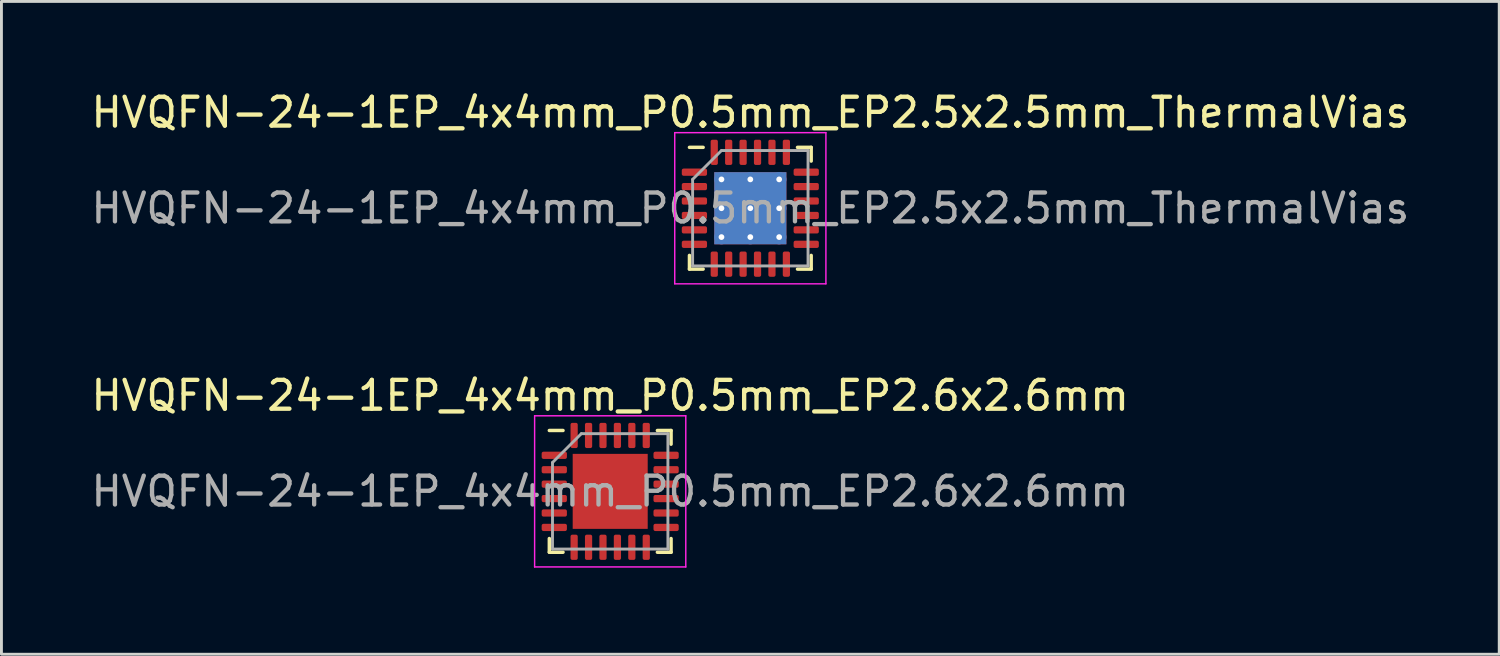
<source format=kicad_pcb>
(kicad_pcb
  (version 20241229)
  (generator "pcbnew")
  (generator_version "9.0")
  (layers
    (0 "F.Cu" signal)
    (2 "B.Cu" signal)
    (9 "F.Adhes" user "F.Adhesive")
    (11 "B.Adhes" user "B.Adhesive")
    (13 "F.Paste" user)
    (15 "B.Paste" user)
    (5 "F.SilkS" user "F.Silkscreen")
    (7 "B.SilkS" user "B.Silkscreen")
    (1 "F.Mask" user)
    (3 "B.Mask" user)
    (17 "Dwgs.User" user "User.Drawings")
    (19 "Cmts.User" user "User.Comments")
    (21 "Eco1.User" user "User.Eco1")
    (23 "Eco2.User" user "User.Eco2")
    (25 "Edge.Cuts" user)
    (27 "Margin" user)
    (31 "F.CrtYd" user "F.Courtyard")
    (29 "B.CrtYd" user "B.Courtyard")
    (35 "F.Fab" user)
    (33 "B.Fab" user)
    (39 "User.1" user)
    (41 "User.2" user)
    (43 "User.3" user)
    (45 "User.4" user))
  (footprint "HVQFN-24-1EP_4x4mm_P0.5mm_EP2.5x2.5mm_ThermalVias"
    (layer "F.Cu")
    (at 22.958 4.168)
    (property "Reference" "HVQFN-24-1EP_4x4mm_P0.5mm_EP2.5x2.5mm_ThermalVias" (at 0 -3.32 0) (layer "F.SilkS") (effects (font (size 1 1) (thickness 0.15))))
    (attr smd)
    (fp_line (start -2.11 2.11) (end -2.11 1.635) (stroke (width 0.12) (type solid)) (layer "F.SilkS"))
    (fp_line (start -1.635 -2.11) (end -2.11 -2.11) (stroke (width 0.12) (type solid)) (layer "F.SilkS"))
    (fp_line (start -1.635 2.11) (end -2.11 2.11) (stroke (width 0.12) (type solid)) (layer "F.SilkS"))
    (fp_line (start 1.635 -2.11) (end 2.11 -2.11) (stroke (width 0.12) (type solid)) (layer "F.SilkS"))
    (fp_line (start 1.635 2.11) (end 2.11 2.11) (stroke (width 0.12) (type solid)) (layer "F.SilkS"))
    (fp_line (start 2.11 -2.11) (end 2.11 -1.635) (stroke (width 0.12) (type solid)) (layer "F.SilkS"))
    (fp_line (start 2.11 2.11) (end 2.11 1.635) (stroke (width 0.12) (type solid)) (layer "F.SilkS"))
    (fp_line (start -2.62 -2.62) (end -2.62 2.62) (stroke (width 0.05) (type solid)) (layer "F.CrtYd"))
    (fp_line (start -2.62 2.62) (end 2.62 2.62) (stroke (width 0.05) (type solid)) (layer "F.CrtYd"))
    (fp_line (start 2.62 -2.62) (end -2.62 -2.62) (stroke (width 0.05) (type solid)) (layer "F.CrtYd"))
    (fp_line (start 2.62 2.62) (end 2.62 -2.62) (stroke (width 0.05) (type solid)) (layer "F.CrtYd"))
    (fp_line (start -2 -1) (end -1 -2) (stroke (width 0.1) (type solid)) (layer "F.Fab"))
    (fp_line (start -2 2) (end -2 -1) (stroke (width 0.1) (type solid)) (layer "F.Fab"))
    (fp_line (start -1 -2) (end 2 -2) (stroke (width 0.1) (type solid)) (layer "F.Fab"))
    (fp_line (start 2 -2) (end 2 2) (stroke (width 0.1) (type solid)) (layer "F.Fab"))
    (fp_line (start 2 2) (end -2 2) (stroke (width 0.1) (type solid)) (layer "F.Fab"))
    (fp_text user "${REFERENCE}" (at 0 0 0) (layer "F.Fab") (effects (font (size 1 1) (thickness 0.15))))
    (pad "" smd custom (at -0.5 -0.5) (size 0.779 0.779) (layers "F.Paste") (options (anchor circle)) (primitives (gr_poly (pts (xy -0.315 -0.192) (xy -0.192 -0.315) (xy 0.192 -0.315) (xy 0.315 -0.192) (xy 0.315 0.192) (xy 0.192 0.315) (xy -0.192 0.315) (xy -0.315 0.192)) (width 0.297) (fill yes))))
    (pad "" smd custom (at -0.5 0.5) (size 0.779 0.779) (layers "F.Paste") (options (anchor circle)) (primitives (gr_poly (pts (xy -0.315 -0.192) (xy -0.192 -0.315) (xy 0.192 -0.315) (xy 0.315 -0.192) (xy 0.315 0.192) (xy 0.192 0.315) (xy -0.192 0.315) (xy -0.315 0.192)) (width 0.297) (fill yes))))
    (pad "" smd custom (at 0.5 -0.5) (size 0.779 0.779) (layers "F.Paste") (options (anchor circle)) (primitives (gr_poly (pts (xy -0.315 -0.192) (xy -0.192 -0.315) (xy 0.192 -0.315) (xy 0.315 -0.192) (xy 0.315 0.192) (xy 0.192 0.315) (xy -0.192 0.315) (xy -0.315 0.192)) (width 0.297) (fill yes))))
    (pad "" smd custom (at 0.5 0.5) (size 0.779 0.779) (layers "F.Paste") (options (anchor circle)) (primitives (gr_poly (pts (xy -0.315 -0.192) (xy -0.192 -0.315) (xy 0.192 -0.315) (xy 0.315 -0.192) (xy 0.315 0.192) (xy 0.192 0.315) (xy -0.192 0.315) (xy -0.315 0.192)) (width 0.297) (fill yes))))
    (pad "1" smd roundrect (at -1.938 -1.25) (size 0.875 0.25) (layers "F.Cu" "F.Mask" "F.Paste") (roundrect_rratio 0.25))
    (pad "2" smd roundrect (at -1.938 -0.75) (size 0.875 0.25) (layers "F.Cu" "F.Mask" "F.Paste") (roundrect_rratio 0.25))
    (pad "3" smd roundrect (at -1.938 -0.25) (size 0.875 0.25) (layers "F.Cu" "F.Mask" "F.Paste") (roundrect_rratio 0.25))
    (pad "4" smd roundrect (at -1.938 0.25) (size 0.875 0.25) (layers "F.Cu" "F.Mask" "F.Paste") (roundrect_rratio 0.25))
    (pad "5" smd roundrect (at -1.938 0.75) (size 0.875 0.25) (layers "F.Cu" "F.Mask" "F.Paste") (roundrect_rratio 0.25))
    (pad "6" smd roundrect (at -1.938 1.25) (size 0.875 0.25) (layers "F.Cu" "F.Mask" "F.Paste") (roundrect_rratio 0.25))
    (pad "7" smd roundrect (at -1.25 1.938) (size 0.25 0.875) (layers "F.Cu" "F.Mask" "F.Paste") (roundrect_rratio 0.25))
    (pad "8" smd roundrect (at -0.75 1.938) (size 0.25 0.875) (layers "F.Cu" "F.Mask" "F.Paste") (roundrect_rratio 0.25))
    (pad "9" smd roundrect (at -0.25 1.938) (size 0.25 0.875) (layers "F.Cu" "F.Mask" "F.Paste") (roundrect_rratio 0.25))
    (pad "10" smd roundrect (at 0.25 1.938) (size 0.25 0.875) (layers "F.Cu" "F.Mask" "F.Paste") (roundrect_rratio 0.25))
    (pad "11" smd roundrect (at 0.75 1.938) (size 0.25 0.875) (layers "F.Cu" "F.Mask" "F.Paste") (roundrect_rratio 0.25))
    (pad "12" smd roundrect (at 1.25 1.938) (size 0.25 0.875) (layers "F.Cu" "F.Mask" "F.Paste") (roundrect_rratio 0.25))
    (pad "13" smd roundrect (at 1.938 1.25) (size 0.875 0.25) (layers "F.Cu" "F.Mask" "F.Paste") (roundrect_rratio 0.25))
    (pad "14" smd roundrect (at 1.938 0.75) (size 0.875 0.25) (layers "F.Cu" "F.Mask" "F.Paste") (roundrect_rratio 0.25))
    (pad "15" smd roundrect (at 1.938 0.25) (size 0.875 0.25) (layers "F.Cu" "F.Mask" "F.Paste") (roundrect_rratio 0.25))
    (pad "16" smd roundrect (at 1.938 -0.25) (size 0.875 0.25) (layers "F.Cu" "F.Mask" "F.Paste") (roundrect_rratio 0.25))
    (pad "17" smd roundrect (at 1.938 -0.75) (size 0.875 0.25) (layers "F.Cu" "F.Mask" "F.Paste") (roundrect_rratio 0.25))
    (pad "18" smd roundrect (at 1.938 -1.25) (size 0.875 0.25) (layers "F.Cu" "F.Mask" "F.Paste") (roundrect_rratio 0.25))
    (pad "19" smd roundrect (at 1.25 -1.938) (size 0.25 0.875) (layers "F.Cu" "F.Mask" "F.Paste") (roundrect_rratio 0.25))
    (pad "20" smd roundrect (at 0.75 -1.938) (size 0.25 0.875) (layers "F.Cu" "F.Mask" "F.Paste") (roundrect_rratio 0.25))
    (pad "21" smd roundrect (at 0.25 -1.938) (size 0.25 0.875) (layers "F.Cu" "F.Mask" "F.Paste") (roundrect_rratio 0.25))
    (pad "22" smd roundrect (at -0.25 -1.938) (size 0.25 0.875) (layers "F.Cu" "F.Mask" "F.Paste") (roundrect_rratio 0.25))
    (pad "23" smd roundrect (at -0.75 -1.938) (size 0.25 0.875) (layers "F.Cu" "F.Mask" "F.Paste") (roundrect_rratio 0.25))
    (pad "24" smd roundrect (at -1.25 -1.938) (size 0.25 0.875) (layers "F.Cu" "F.Mask" "F.Paste") (roundrect_rratio 0.25))
    (pad "25" thru_hole circle (at -1 -1) (size 0.5 0.5) (drill 0.2) (layers "*.Cu"))
    (pad "25" thru_hole circle (at -1 0) (size 0.5 0.5) (drill 0.2) (layers "*.Cu"))
    (pad "25" thru_hole circle (at -1 1) (size 0.5 0.5) (drill 0.2) (layers "*.Cu"))
    (pad "25" thru_hole circle (at 0 -1) (size 0.5 0.5) (drill 0.2) (layers "*.Cu"))
    (pad "25" thru_hole circle (at 0 0) (size 0.5 0.5) (drill 0.2) (layers "*.Cu"))
    (pad "25" smd rect (at 0 0) (size 2.5 2.5) (layers "F.Cu" "F.Mask"))
    (pad "25" smd rect (at 0 0) (size 2.5 2.5) (layers "B.Cu"))
    (pad "25" thru_hole circle (at 0 1) (size 0.5 0.5) (drill 0.2) (layers "*.Cu"))
    (pad "25" thru_hole circle (at 1 -1) (size 0.5 0.5) (drill 0.2) (layers "*.Cu"))
    (pad "25" thru_hole circle (at 1 0) (size 0.5 0.5) (drill 0.2) (layers "*.Cu"))
    (pad "25" thru_hole circle (at 1 1) (size 0.5 0.5) (drill 0.2) (layers "*.Cu")))
  (footprint "HVQFN-24-1EP_4x4mm_P0.5mm_EP2.6x2.6mm"
    (layer "F.Cu")
    (at 18.101 13.982)
    (property "Reference" "HVQFN-24-1EP_4x4mm_P0.5mm_EP2.6x2.6mm" (at 0 -3.32 0) (layer "F.SilkS") (effects (font (size 1 1) (thickness 0.15))))
    (attr smd)
    (fp_line (start -2.11 2.11) (end -2.11 1.635) (stroke (width 0.12) (type solid)) (layer "F.SilkS"))
    (fp_line (start -1.635 -2.11) (end -2.11 -2.11) (stroke (width 0.12) (type solid)) (layer "F.SilkS"))
    (fp_line (start -1.635 2.11) (end -2.11 2.11) (stroke (width 0.12) (type solid)) (layer "F.SilkS"))
    (fp_line (start 1.635 -2.11) (end 2.11 -2.11) (stroke (width 0.12) (type solid)) (layer "F.SilkS"))
    (fp_line (start 1.635 2.11) (end 2.11 2.11) (stroke (width 0.12) (type solid)) (layer "F.SilkS"))
    (fp_line (start 2.11 -2.11) (end 2.11 -1.635) (stroke (width 0.12) (type solid)) (layer "F.SilkS"))
    (fp_line (start 2.11 2.11) (end 2.11 1.635) (stroke (width 0.12) (type solid)) (layer "F.SilkS"))
    (fp_line (start -2.62 -2.62) (end -2.62 2.62) (stroke (width 0.05) (type solid)) (layer "F.CrtYd"))
    (fp_line (start -2.62 2.62) (end 2.62 2.62) (stroke (width 0.05) (type solid)) (layer "F.CrtYd"))
    (fp_line (start 2.62 -2.62) (end -2.62 -2.62) (stroke (width 0.05) (type solid)) (layer "F.CrtYd"))
    (fp_line (start 2.62 2.62) (end 2.62 -2.62) (stroke (width 0.05) (type solid)) (layer "F.CrtYd"))
    (fp_line (start -2 -1) (end -1 -2) (stroke (width 0.1) (type solid)) (layer "F.Fab"))
    (fp_line (start -2 2) (end -2 -1) (stroke (width 0.1) (type solid)) (layer "F.Fab"))
    (fp_line (start -1 -2) (end 2 -2) (stroke (width 0.1) (type solid)) (layer "F.Fab"))
    (fp_line (start 2 -2) (end 2 2) (stroke (width 0.1) (type solid)) (layer "F.Fab"))
    (fp_line (start 2 2) (end -2 2) (stroke (width 0.1) (type solid)) (layer "F.Fab"))
    (fp_text user "${REFERENCE}" (at 0 0 0) (layer "F.Fab") (effects (font (size 1 1) (thickness 0.15))))
    (pad "" smd roundrect (at -0.87 -0.87) (size 0.7 0.7) (layers "F.Paste") (roundrect_rratio 0.25))
    (pad "" smd roundrect (at -0.87 0) (size 0.7 0.7) (layers "F.Paste") (roundrect_rratio 0.25))
    (pad "" smd roundrect (at -0.87 0.87) (size 0.7 0.7) (layers "F.Paste") (roundrect_rratio 0.25))
    (pad "" smd roundrect (at 0 -0.87) (size 0.7 0.7) (layers "F.Paste") (roundrect_rratio 0.25))
    (pad "" smd roundrect (at 0 0) (size 0.7 0.7) (layers "F.Paste") (roundrect_rratio 0.25))
    (pad "" smd roundrect (at 0 0.87) (size 0.7 0.7) (layers "F.Paste") (roundrect_rratio 0.25))
    (pad "" smd roundrect (at 0.87 -0.87) (size 0.7 0.7) (layers "F.Paste") (roundrect_rratio 0.25))
    (pad "" smd roundrect (at 0.87 0) (size 0.7 0.7) (layers "F.Paste") (roundrect_rratio 0.25))
    (pad "" smd roundrect (at 0.87 0.87) (size 0.7 0.7) (layers "F.Paste") (roundrect_rratio 0.25))
    (pad "1" smd roundrect (at -1.938 -1.25) (size 0.875 0.25) (layers "F.Cu" "F.Mask" "F.Paste") (roundrect_rratio 0.25))
    (pad "2" smd roundrect (at -1.938 -0.75) (size 0.875 0.25) (layers "F.Cu" "F.Mask" "F.Paste") (roundrect_rratio 0.25))
    (pad "3" smd roundrect (at -1.938 -0.25) (size 0.875 0.25) (layers "F.Cu" "F.Mask" "F.Paste") (roundrect_rratio 0.25))
    (pad "4" smd roundrect (at -1.938 0.25) (size 0.875 0.25) (layers "F.Cu" "F.Mask" "F.Paste") (roundrect_rratio 0.25))
    (pad "5" smd roundrect (at -1.938 0.75) (size 0.875 0.25) (layers "F.Cu" "F.Mask" "F.Paste") (roundrect_rratio 0.25))
    (pad "6" smd roundrect (at -1.938 1.25) (size 0.875 0.25) (layers "F.Cu" "F.Mask" "F.Paste") (roundrect_rratio 0.25))
    (pad "7" smd roundrect (at -1.25 1.938) (size 0.25 0.875) (layers "F.Cu" "F.Mask" "F.Paste") (roundrect_rratio 0.25))
    (pad "8" smd roundrect (at -0.75 1.938) (size 0.25 0.875) (layers "F.Cu" "F.Mask" "F.Paste") (roundrect_rratio 0.25))
    (pad "9" smd roundrect (at -0.25 1.938) (size 0.25 0.875) (layers "F.Cu" "F.Mask" "F.Paste") (roundrect_rratio 0.25))
    (pad "10" smd roundrect (at 0.25 1.938) (size 0.25 0.875) (layers "F.Cu" "F.Mask" "F.Paste") (roundrect_rratio 0.25))
    (pad "11" smd roundrect (at 0.75 1.938) (size 0.25 0.875) (layers "F.Cu" "F.Mask" "F.Paste") (roundrect_rratio 0.25))
    (pad "12" smd roundrect (at 1.25 1.938) (size 0.25 0.875) (layers "F.Cu" "F.Mask" "F.Paste") (roundrect_rratio 0.25))
    (pad "13" smd roundrect (at 1.938 1.25) (size 0.875 0.25) (layers "F.Cu" "F.Mask" "F.Paste") (roundrect_rratio 0.25))
    (pad "14" smd roundrect (at 1.938 0.75) (size 0.875 0.25) (layers "F.Cu" "F.Mask" "F.Paste") (roundrect_rratio 0.25))
    (pad "15" smd roundrect (at 1.938 0.25) (size 0.875 0.25) (layers "F.Cu" "F.Mask" "F.Paste") (roundrect_rratio 0.25))
    (pad "16" smd roundrect (at 1.938 -0.25) (size 0.875 0.25) (layers "F.Cu" "F.Mask" "F.Paste") (roundrect_rratio 0.25))
    (pad "17" smd roundrect (at 1.938 -0.75) (size 0.875 0.25) (layers "F.Cu" "F.Mask" "F.Paste") (roundrect_rratio 0.25))
    (pad "18" smd roundrect (at 1.938 -1.25) (size 0.875 0.25) (layers "F.Cu" "F.Mask" "F.Paste") (roundrect_rratio 0.25))
    (pad "19" smd roundrect (at 1.25 -1.938) (size 0.25 0.875) (layers "F.Cu" "F.Mask" "F.Paste") (roundrect_rratio 0.25))
    (pad "20" smd roundrect (at 0.75 -1.938) (size 0.25 0.875) (layers "F.Cu" "F.Mask" "F.Paste") (roundrect_rratio 0.25))
    (pad "21" smd roundrect (at 0.25 -1.938) (size 0.25 0.875) (layers "F.Cu" "F.Mask" "F.Paste") (roundrect_rratio 0.25))
    (pad "22" smd roundrect (at -0.25 -1.938) (size 0.25 0.875) (layers "F.Cu" "F.Mask" "F.Paste") (roundrect_rratio 0.25))
    (pad "23" smd roundrect (at -0.75 -1.938) (size 0.25 0.875) (layers "F.Cu" "F.Mask" "F.Paste") (roundrect_rratio 0.25))
    (pad "24" smd roundrect (at -1.25 -1.938) (size 0.25 0.875) (layers "F.Cu" "F.Mask" "F.Paste") (roundrect_rratio 0.25))
    (pad "25" smd rect (at 0 0) (size 2.6 2.6) (layers "F.Cu" "F.Mask")))
  (gr_rect
    (start -3 -3)
    (end 48.917 19.627)
    (stroke (width 0.1) (type default))
    (fill no)
    (layer "Edge.Cuts")))
</source>
